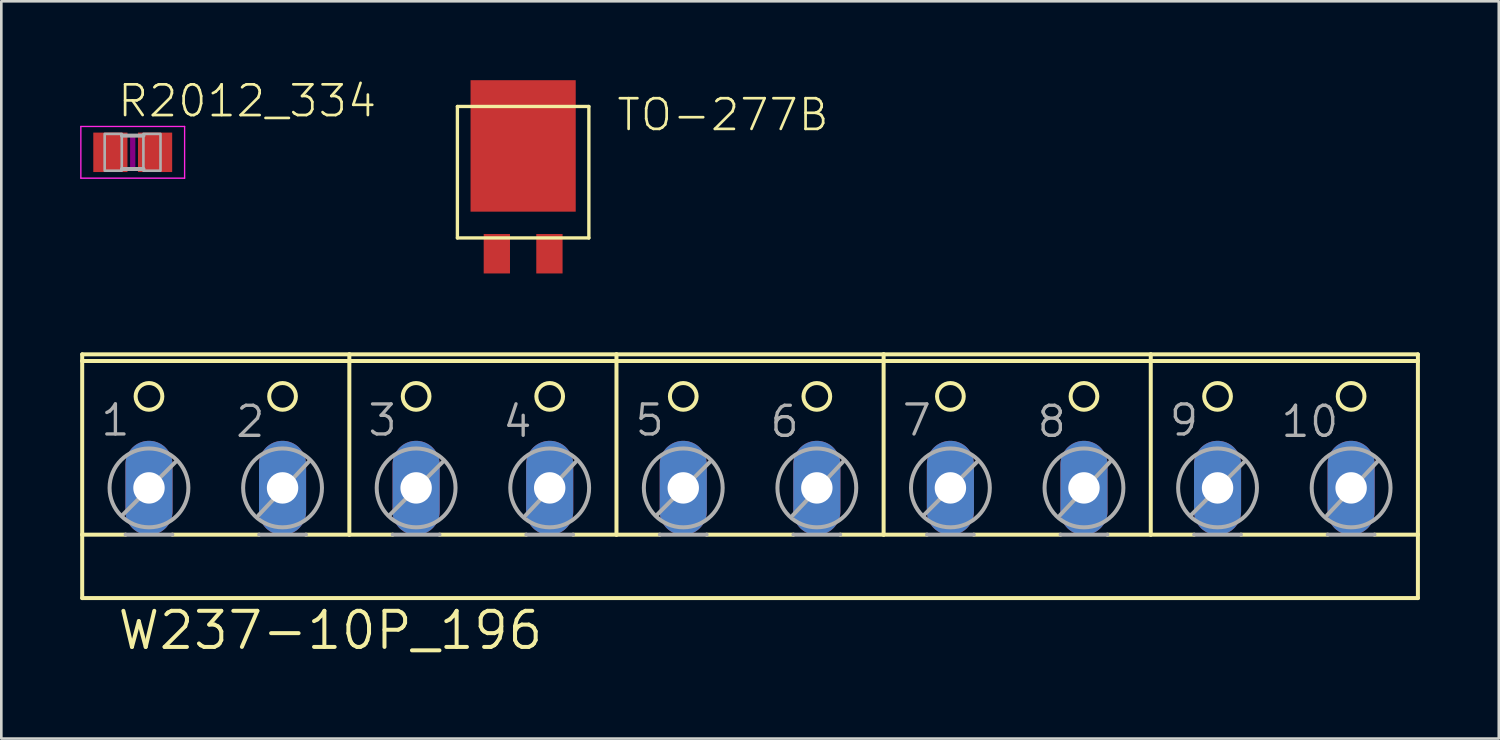
<source format=kicad_pcb>
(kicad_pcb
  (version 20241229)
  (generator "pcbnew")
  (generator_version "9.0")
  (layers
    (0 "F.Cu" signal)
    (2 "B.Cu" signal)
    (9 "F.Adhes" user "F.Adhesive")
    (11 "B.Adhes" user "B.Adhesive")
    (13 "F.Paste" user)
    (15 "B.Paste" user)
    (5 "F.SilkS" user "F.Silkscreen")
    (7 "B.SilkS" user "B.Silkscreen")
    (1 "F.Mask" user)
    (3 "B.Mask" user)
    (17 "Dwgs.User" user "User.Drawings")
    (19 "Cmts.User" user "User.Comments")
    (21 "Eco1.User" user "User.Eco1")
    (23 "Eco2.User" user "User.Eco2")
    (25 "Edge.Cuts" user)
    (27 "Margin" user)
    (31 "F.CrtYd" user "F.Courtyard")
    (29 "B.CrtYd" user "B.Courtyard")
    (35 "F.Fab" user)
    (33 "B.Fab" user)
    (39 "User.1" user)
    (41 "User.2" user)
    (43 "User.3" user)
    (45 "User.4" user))
  (footprint "W237-10P_196"
    (layer "F.Cu")
    (at 25.476 14.871)
    (property "Reference" "W237-10P_196" (at -24.13 6.858 0) (unlocked yes) (layer "F.SilkS") (effects (font (size 1.372 1.372) (thickness 0.152)) (justify left bottom)))
    (fp_line (start -25.4 -4.445) (end -15.24 -4.445) (stroke (width 0.152) (type solid)) (layer "F.SilkS"))
    (fp_line (start -25.4 -4.191) (end -25.4 -4.445) (stroke (width 0.152) (type solid)) (layer "F.SilkS"))
    (fp_line (start -25.4 -4.191) (end -15.24 -4.191) (stroke (width 0.152) (type solid)) (layer "F.SilkS"))
    (fp_line (start -25.4 2.413) (end -25.4 -4.191) (stroke (width 0.152) (type solid)) (layer "F.SilkS"))
    (fp_line (start -25.4 2.413) (end -23.749 2.413) (stroke (width 0.152) (type solid)) (layer "F.SilkS"))
    (fp_line (start -25.4 4.826) (end -25.4 2.413) (stroke (width 0.152) (type solid)) (layer "F.SilkS"))
    (fp_line (start -25.4 4.826) (end 25.4 4.826) (stroke (width 0.152) (type solid)) (layer "F.SilkS"))
    (fp_line (start -21.971 2.413) (end -18.669 2.413) (stroke (width 0.152) (type solid)) (layer "F.SilkS"))
    (fp_line (start -16.891 2.413) (end -15.24 2.413) (stroke (width 0.152) (type solid)) (layer "F.SilkS"))
    (fp_line (start -15.24 -4.445) (end -5.08 -4.445) (stroke (width 0.152) (type solid)) (layer "F.SilkS"))
    (fp_line (start -15.24 -4.191) (end -15.24 -4.445) (stroke (width 0.152) (type solid)) (layer "F.SilkS"))
    (fp_line (start -15.24 -4.191) (end 25.4 -4.191) (stroke (width 0.152) (type solid)) (layer "F.SilkS"))
    (fp_line (start -15.24 2.413) (end -15.24 -4.191) (stroke (width 0.152) (type solid)) (layer "F.SilkS"))
    (fp_line (start -15.24 2.413) (end -13.589 2.413) (stroke (width 0.152) (type solid)) (layer "F.SilkS"))
    (fp_line (start -11.811 2.413) (end -8.509 2.413) (stroke (width 0.152) (type solid)) (layer "F.SilkS"))
    (fp_line (start -6.731 2.413) (end -5.08 2.413) (stroke (width 0.152) (type solid)) (layer "F.SilkS"))
    (fp_line (start -5.08 -4.445) (end 5.08 -4.445) (stroke (width 0.152) (type solid)) (layer "F.SilkS"))
    (fp_line (start -5.08 2.413) (end -5.08 -4.445) (stroke (width 0.152) (type solid)) (layer "F.SilkS"))
    (fp_line (start -5.08 2.413) (end -3.429 2.413) (stroke (width 0.152) (type solid)) (layer "F.SilkS"))
    (fp_line (start -1.651 2.413) (end 1.651 2.413) (stroke (width 0.152) (type solid)) (layer "F.SilkS"))
    (fp_line (start 3.429 2.413) (end 5.08 2.413) (stroke (width 0.152) (type solid)) (layer "F.SilkS"))
    (fp_line (start 5.08 -4.445) (end 15.24 -4.445) (stroke (width 0.152) (type solid)) (layer "F.SilkS"))
    (fp_line (start 5.08 2.413) (end 5.08 -4.445) (stroke (width 0.152) (type solid)) (layer "F.SilkS"))
    (fp_line (start 5.08 2.413) (end 6.731 2.413) (stroke (width 0.152) (type solid)) (layer "F.SilkS"))
    (fp_line (start 8.509 2.413) (end 11.811 2.413) (stroke (width 0.152) (type solid)) (layer "F.SilkS"))
    (fp_line (start 13.589 2.413) (end 15.24 2.413) (stroke (width 0.152) (type solid)) (layer "F.SilkS"))
    (fp_line (start 15.24 -4.445) (end 25.4 -4.445) (stroke (width 0.152) (type solid)) (layer "F.SilkS"))
    (fp_line (start 15.24 2.413) (end 15.24 -4.445) (stroke (width 0.152) (type solid)) (layer "F.SilkS"))
    (fp_line (start 15.24 2.413) (end 16.891 2.413) (stroke (width 0.152) (type solid)) (layer "F.SilkS"))
    (fp_line (start 18.669 2.413) (end 21.971 2.413) (stroke (width 0.152) (type solid)) (layer "F.SilkS"))
    (fp_line (start 23.749 2.413) (end 25.4 2.413) (stroke (width 0.152) (type solid)) (layer "F.SilkS"))
    (fp_line (start 25.4 -4.191) (end 25.4 -4.445) (stroke (width 0.152) (type solid)) (layer "F.SilkS"))
    (fp_line (start 25.4 2.413) (end 25.4 -4.191) (stroke (width 0.152) (type solid)) (layer "F.SilkS"))
    (fp_line (start 25.4 4.826) (end 25.4 2.413) (stroke (width 0.152) (type solid)) (layer "F.SilkS"))
    (fp_circle (center -22.86 -2.845) (end -22.352 -2.845) (stroke (width 0.152) (type solid)) (fill no) (layer "F.SilkS"))
    (fp_circle (center -17.78 -2.845) (end -17.272 -2.845) (stroke (width 0.152) (type solid)) (fill no) (layer "F.SilkS"))
    (fp_circle (center -12.7 -2.845) (end -12.192 -2.845) (stroke (width 0.152) (type solid)) (fill no) (layer "F.SilkS"))
    (fp_circle (center -7.62 -2.845) (end -7.112 -2.845) (stroke (width 0.152) (type solid)) (fill no) (layer "F.SilkS"))
    (fp_circle (center -2.54 -2.845) (end -2.032 -2.845) (stroke (width 0.152) (type solid)) (fill no) (layer "F.SilkS"))
    (fp_circle (center 2.54 -2.845) (end 3.048 -2.845) (stroke (width 0.152) (type solid)) (fill no) (layer "F.SilkS"))
    (fp_circle (center 7.62 -2.845) (end 8.128 -2.845) (stroke (width 0.152) (type solid)) (fill no) (layer "F.SilkS"))
    (fp_circle (center 12.7 -2.845) (end 13.208 -2.845) (stroke (width 0.152) (type solid)) (fill no) (layer "F.SilkS"))
    (fp_circle (center 17.78 -2.845) (end 18.288 -2.845) (stroke (width 0.152) (type solid)) (fill no) (layer "F.SilkS"))
    (fp_circle (center 22.86 -2.845) (end 23.368 -2.845) (stroke (width 0.152) (type solid)) (fill no) (layer "F.SilkS"))
    (fp_line (start -23.851 1.651) (end -21.844 -0.356) (stroke (width 0.152) (type solid)) (layer "F.Fab"))
    (fp_line (start -23.749 2.413) (end -21.971 2.413) (stroke (width 0.152) (type solid)) (layer "F.Fab"))
    (fp_line (start -18.694 1.676) (end -16.789 -0.356) (stroke (width 0.152) (type solid)) (layer "F.Fab"))
    (fp_line (start -18.669 2.413) (end -16.891 2.413) (stroke (width 0.152) (type solid)) (layer "F.Fab"))
    (fp_line (start -13.691 1.651) (end -11.684 -0.356) (stroke (width 0.152) (type solid)) (layer "F.Fab"))
    (fp_line (start -13.589 2.413) (end -11.811 2.413) (stroke (width 0.152) (type solid)) (layer "F.Fab"))
    (fp_line (start -8.534 1.676) (end -6.629 -0.356) (stroke (width 0.152) (type solid)) (layer "F.Fab"))
    (fp_line (start -8.509 2.413) (end -6.731 2.413) (stroke (width 0.152) (type solid)) (layer "F.Fab"))
    (fp_line (start -3.531 1.651) (end -1.524 -0.356) (stroke (width 0.152) (type solid)) (layer "F.Fab"))
    (fp_line (start -3.429 2.413) (end -1.651 2.413) (stroke (width 0.152) (type solid)) (layer "F.Fab"))
    (fp_line (start 1.626 1.676) (end 3.531 -0.356) (stroke (width 0.152) (type solid)) (layer "F.Fab"))
    (fp_line (start 1.651 2.413) (end 3.429 2.413) (stroke (width 0.152) (type solid)) (layer "F.Fab"))
    (fp_line (start 6.629 1.651) (end 8.636 -0.356) (stroke (width 0.152) (type solid)) (layer "F.Fab"))
    (fp_line (start 6.731 2.413) (end 8.509 2.413) (stroke (width 0.152) (type solid)) (layer "F.Fab"))
    (fp_line (start 11.786 1.676) (end 13.691 -0.356) (stroke (width 0.152) (type solid)) (layer "F.Fab"))
    (fp_line (start 11.811 2.413) (end 13.589 2.413) (stroke (width 0.152) (type solid)) (layer "F.Fab"))
    (fp_line (start 16.789 1.651) (end 18.796 -0.356) (stroke (width 0.152) (type solid)) (layer "F.Fab"))
    (fp_line (start 16.891 2.413) (end 18.669 2.413) (stroke (width 0.152) (type solid)) (layer "F.Fab"))
    (fp_line (start 21.946 1.676) (end 23.851 -0.356) (stroke (width 0.152) (type solid)) (layer "F.Fab"))
    (fp_line (start 21.971 2.413) (end 23.749 2.413) (stroke (width 0.152) (type solid)) (layer "F.Fab"))
    (fp_circle (center -22.86 0.635) (end -21.361 0.635) (stroke (width 0.152) (type solid)) (fill no) (layer "F.Fab"))
    (fp_circle (center -17.78 0.635) (end -16.281 0.635) (stroke (width 0.152) (type solid)) (fill no) (layer "F.Fab"))
    (fp_circle (center -12.7 0.635) (end -11.201 0.635) (stroke (width 0.152) (type solid)) (fill no) (layer "F.Fab"))
    (fp_circle (center -7.62 0.635) (end -6.121 0.635) (stroke (width 0.152) (type solid)) (fill no) (layer "F.Fab"))
    (fp_circle (center -2.54 0.635) (end -1.041 0.635) (stroke (width 0.152) (type solid)) (fill no) (layer "F.Fab"))
    (fp_circle (center 2.54 0.635) (end 4.039 0.635) (stroke (width 0.152) (type solid)) (fill no) (layer "F.Fab"))
    (fp_circle (center 7.62 0.635) (end 9.119 0.635) (stroke (width 0.152) (type solid)) (fill no) (layer "F.Fab"))
    (fp_circle (center 12.7 0.635) (end 14.199 0.635) (stroke (width 0.152) (type solid)) (fill no) (layer "F.Fab"))
    (fp_circle (center 17.78 0.635) (end 19.279 0.635) (stroke (width 0.152) (type solid)) (fill no) (layer "F.Fab"))
    (fp_circle (center 22.86 0.635) (end 24.359 0.635) (stroke (width 0.152) (type solid)) (fill no) (layer "F.Fab"))
    (fp_text user "5" (at -4.445 -1.27 0) (unlocked yes) (layer "F.Fab") (effects (font (size 1.143 1.143) (thickness 0.127)) (justify left bottom)))
    (fp_text user "10" (at 20.117 -1.219 0) (unlocked yes) (layer "F.Fab") (effects (font (size 1.143 1.143) (thickness 0.127)) (justify left bottom)))
    (fp_text user "6" (at 0.686 -1.219 0) (unlocked yes) (layer "F.Fab") (effects (font (size 1.143 1.143) (thickness 0.127)) (justify left bottom)))
    (fp_text user "9" (at 15.875 -1.27 0) (unlocked yes) (layer "F.Fab") (effects (font (size 1.143 1.143) (thickness 0.127)) (justify left bottom)))
    (fp_text user "8" (at 10.846 -1.219 0) (unlocked yes) (layer "F.Fab") (effects (font (size 1.143 1.143) (thickness 0.127)) (justify left bottom)))
    (fp_text user "2" (at -19.634 -1.219 0) (unlocked yes) (layer "F.Fab") (effects (font (size 1.143 1.143) (thickness 0.127)) (justify left bottom)))
    (fp_text user "4" (at -9.474 -1.219 0) (unlocked yes) (layer "F.Fab") (effects (font (size 1.143 1.143) (thickness 0.127)) (justify left bottom)))
    (fp_text user "3" (at -14.605 -1.27 0) (unlocked yes) (layer "F.Fab") (effects (font (size 1.143 1.143) (thickness 0.127)) (justify left bottom)))
    (fp_text user "7" (at 5.715 -1.27 0) (unlocked yes) (layer "F.Fab") (effects (font (size 1.143 1.143) (thickness 0.127)) (justify left bottom)))
    (fp_text user "1" (at -24.765 -1.27 0) (unlocked yes) (layer "F.Fab") (effects (font (size 1.143 1.143) (thickness 0.127)) (justify left bottom)))
    (pad "1" thru_hole oval (at -22.86 0.635 90) (size 3.581 1.791) (drill 1.194) (layers "*.Cu" "*.Mask"))
    (pad "2" thru_hole oval (at -17.78 0.635 90) (size 3.581 1.791) (drill 1.194) (layers "*.Cu" "*.Mask"))
    (pad "3" thru_hole oval (at -12.7 0.635 90) (size 3.581 1.791) (drill 1.194) (layers "*.Cu" "*.Mask"))
    (pad "4" thru_hole oval (at -7.62 0.635 90) (size 3.581 1.791) (drill 1.194) (layers "*.Cu" "*.Mask"))
    (pad "5" thru_hole oval (at -2.54 0.635 90) (size 3.581 1.791) (drill 1.194) (layers "*.Cu" "*.Mask"))
    (pad "6" thru_hole oval (at 2.54 0.635 90) (size 3.581 1.791) (drill 1.194) (layers "*.Cu" "*.Mask"))
    (pad "7" thru_hole oval (at 7.62 0.635 90) (size 3.581 1.791) (drill 1.194) (layers "*.Cu" "*.Mask"))
    (pad "8" thru_hole oval (at 12.7 0.635 90) (size 3.581 1.791) (drill 1.194) (layers "*.Cu" "*.Mask"))
    (pad "9" thru_hole oval (at 17.78 0.635 90) (size 3.581 1.791) (drill 1.194) (layers "*.Cu" "*.Mask"))
    (pad "10" thru_hole oval (at 22.86 0.635 90) (size 3.581 1.791) (drill 1.194) (layers "*.Cu" "*.Mask")))
  (footprint "R2012_334"
    (layer "F.Cu")
    (at 1.998 2.743)
    (property "Reference" "R2012_334" (at -0.635 -1.27 0) (unlocked yes) (layer "F.SilkS") (effects (font (size 1.168 1.168) (thickness 0.102)) (justify left bottom)))
    (fp_poly (pts (xy -0.1 0.6) (xy 0.1 0.6) (xy 0.1 -0.6) (xy -0.1 -0.6)) (stroke (width 0) (type default)) (fill yes) (layer "F.Adhes"))
    (fp_line (start -1.973 -0.983) (end 1.973 -0.983) (stroke (width 0.051) (type solid)) (layer "F.CrtYd"))
    (fp_line (start -1.973 0.983) (end -1.973 -0.983) (stroke (width 0.051) (type solid)) (layer "F.CrtYd"))
    (fp_line (start 1.973 -0.983) (end 1.973 0.983) (stroke (width 0.051) (type solid)) (layer "F.CrtYd"))
    (fp_line (start 1.973 0.983) (end -1.973 0.983) (stroke (width 0.051) (type solid)) (layer "F.CrtYd"))
    (fp_line (start -0.41 -0.635) (end 0.41 -0.635) (stroke (width 0.152) (type solid)) (layer "F.Fab"))
    (fp_line (start -0.41 0.635) (end 0.41 0.635) (stroke (width 0.152) (type solid)) (layer "F.Fab"))
    (fp_poly (pts (xy -1.067 0.699) (xy -0.417 0.699) (xy -0.417 -0.702) (xy -1.067 -0.702)) (stroke (width 0.1) (type default)) (fill no) (layer "F.Fab"))
    (fp_poly (pts (xy 0.406 0.699) (xy 1.056 0.699) (xy 1.056 -0.702) (xy 0.406 -0.702)) (stroke (width 0.1) (type default)) (fill no) (layer "F.Fab"))
    (pad "1" smd rect (at -0.85 0) (size 1.3 1.5) (layers "F.Cu" "F.Mask" "F.Paste"))
    (pad "2" smd rect (at 0.85 0) (size 1.3 1.5) (layers "F.Cu" "F.Mask" "F.Paste")))
  (footprint "TO-277B"
    (layer "F.Cu")
    (at 16.846 5)
    (property "Reference" "TO-277B" (at 3.5 -3 0) (unlocked yes) (layer "F.SilkS") (effects (font (size 1.168 1.168) (thickness 0.102)) (justify left bottom)))
    (fp_line (start -2.5 -4) (end 2.5 -4) (stroke (width 0.127) (type solid)) (layer "F.SilkS"))
    (fp_line (start -2.5 1) (end -2.5 -4) (stroke (width 0.127) (type solid)) (layer "F.SilkS"))
    (fp_line (start 2.5 -4) (end 2.5 1) (stroke (width 0.127) (type solid)) (layer "F.SilkS"))
    (fp_line (start 2.5 1) (end -2.5 1) (stroke (width 0.127) (type solid)) (layer "F.SilkS"))
    (pad "P$1" smd rect (at 0 -2.5) (size 4 5) (layers "F.Cu" "F.Mask" "F.Paste"))
    (pad "P$2" smd rect (at -1 1.6) (size 1 1.5) (layers "F.Cu" "F.Mask" "F.Paste"))
    (pad "P$3" smd rect (at 1 1.6) (size 1 1.5) (layers "F.Cu" "F.Mask" "F.Paste")))
  (gr_rect
    (start -3 -3)
    (end 53.952 25.04)
    (stroke (width 0.1) (type default))
    (fill no)
    (layer "Edge.Cuts")))
</source>
